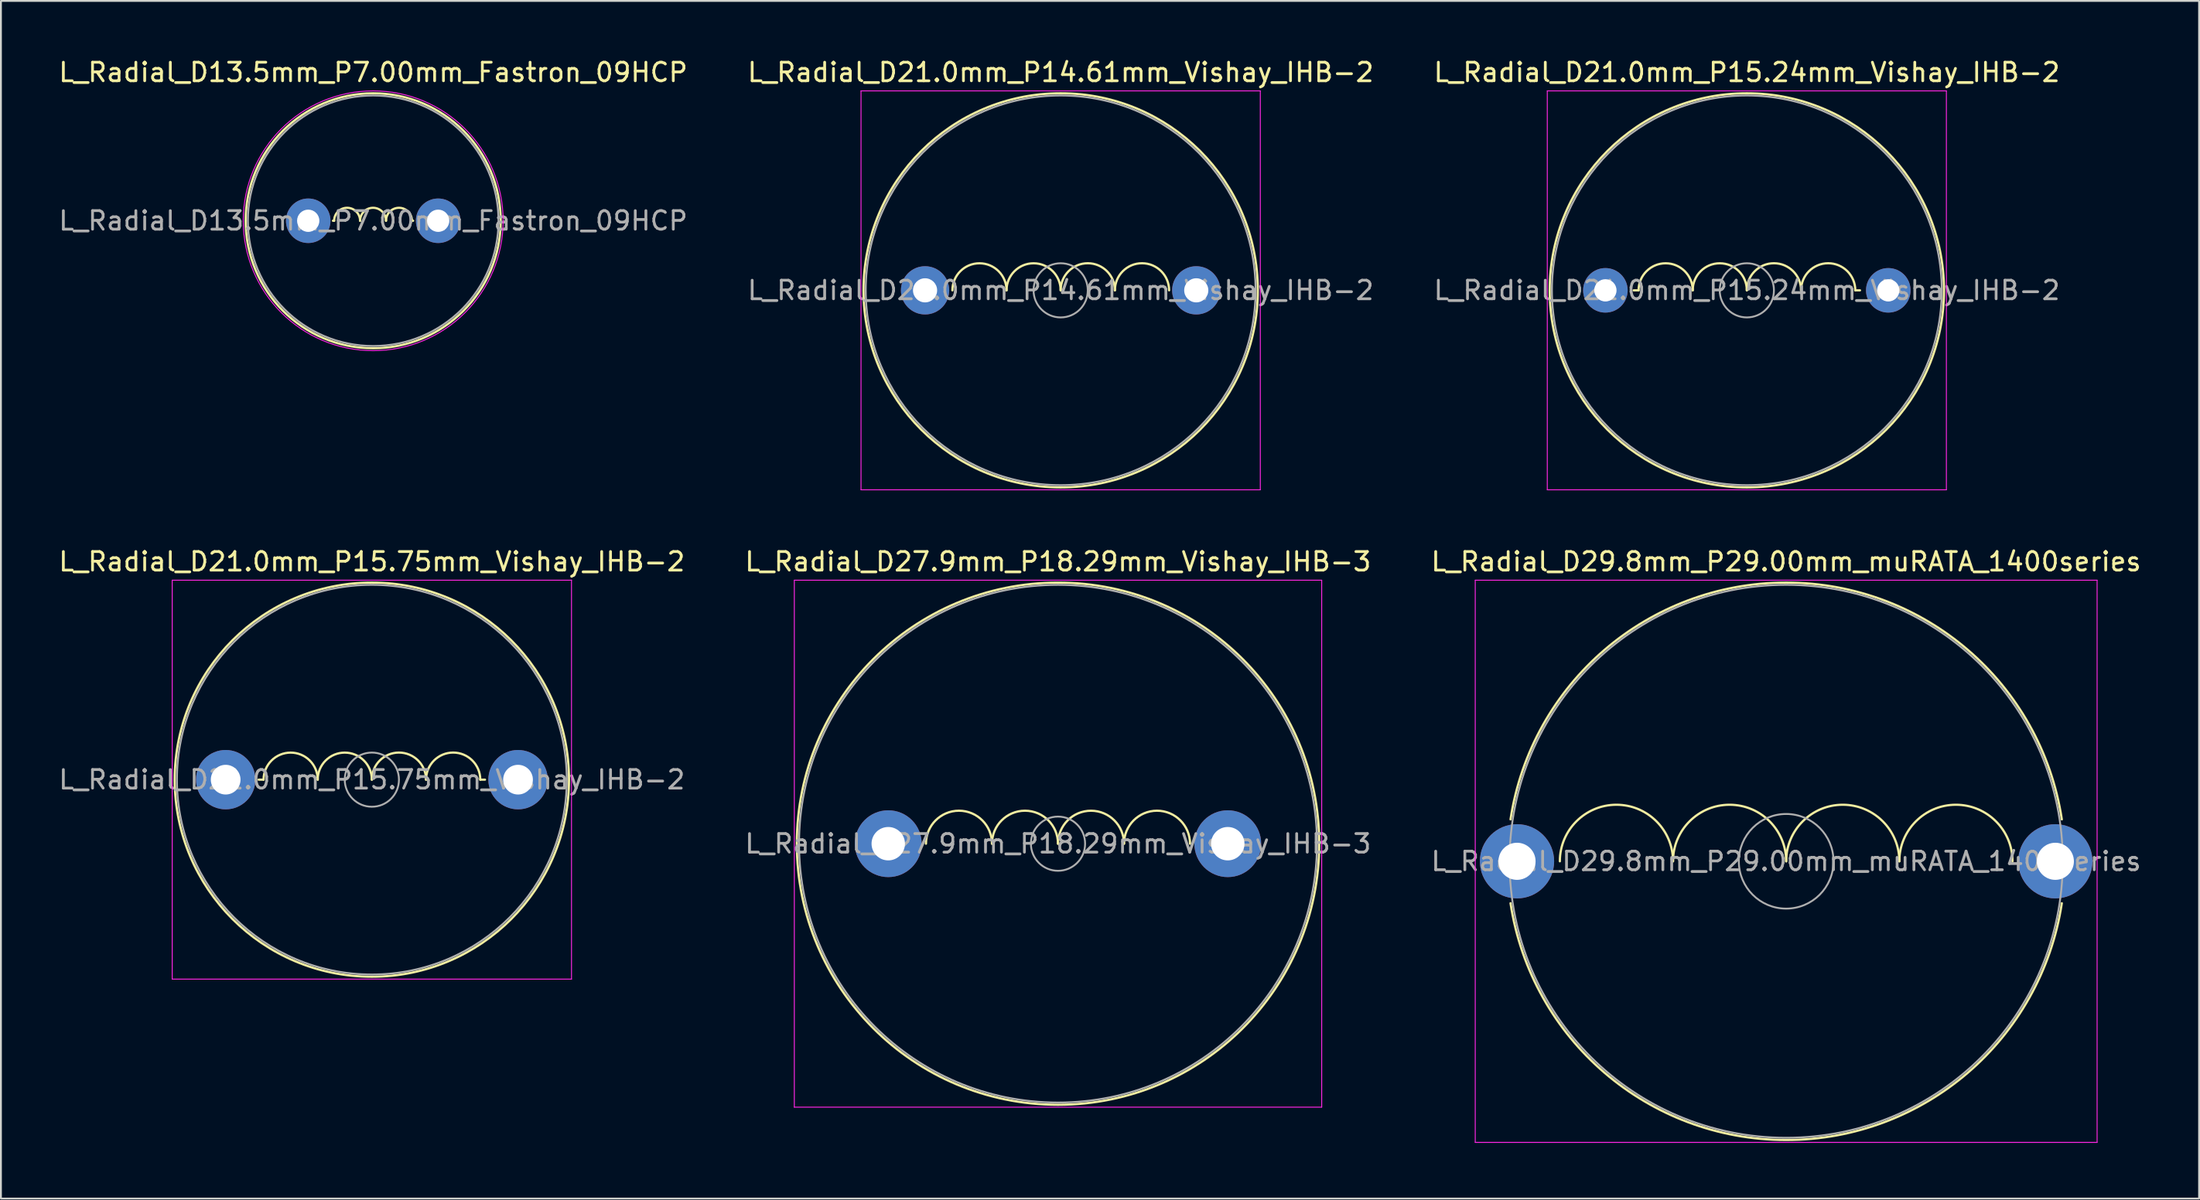
<source format=kicad_pcb>
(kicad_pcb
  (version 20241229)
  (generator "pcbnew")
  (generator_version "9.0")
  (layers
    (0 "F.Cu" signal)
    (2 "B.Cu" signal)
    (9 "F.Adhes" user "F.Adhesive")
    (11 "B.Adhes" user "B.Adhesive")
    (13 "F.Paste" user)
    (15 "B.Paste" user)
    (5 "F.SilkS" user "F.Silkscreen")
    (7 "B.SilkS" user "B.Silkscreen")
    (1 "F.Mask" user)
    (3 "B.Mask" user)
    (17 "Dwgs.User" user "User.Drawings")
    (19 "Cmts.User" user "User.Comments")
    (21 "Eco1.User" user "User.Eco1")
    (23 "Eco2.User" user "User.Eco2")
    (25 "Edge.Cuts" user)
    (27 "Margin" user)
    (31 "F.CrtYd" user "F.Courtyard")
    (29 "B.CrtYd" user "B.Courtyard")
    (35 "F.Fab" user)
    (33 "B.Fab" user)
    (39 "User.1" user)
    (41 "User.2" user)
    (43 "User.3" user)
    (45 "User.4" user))
  (footprint "L_Radial_D29.8mm_P29.00mm_muRATA_1400series"
    (layer "F.Cu")
    (at 78.673 43.371)
    (property "Reference" "L_Radial_D29.8mm_P29.00mm_muRATA_1400series" (at 14.5 -16.15 0) (layer "F.SilkS") (effects (font (size 1 1) (thickness 0.15))))
    (attr through_hole)
    (fp_arc (start -0.349 -2.26) (mid 14.5 -15.02) (end 29.349 -2.26) (stroke (width 0.12) (type solid)) (layer "F.SilkS"))
    (fp_arc (start 2.308 0) (mid 5.356 -3.048) (end 8.404 0) (stroke (width 0.12) (type solid)) (layer "F.SilkS"))
    (fp_arc (start 8.404 0) (mid 11.452 -3.048) (end 14.5 0) (stroke (width 0.12) (type solid)) (layer "F.SilkS"))
    (fp_arc (start 14.5 0) (mid 17.548 -3.048) (end 20.596 0) (stroke (width 0.12) (type solid)) (layer "F.SilkS"))
    (fp_arc (start 20.596 0) (mid 23.644 -3.048) (end 26.692 0) (stroke (width 0.12) (type solid)) (layer "F.SilkS"))
    (fp_arc (start 29.349 2.26) (mid 14.5 15.02) (end -0.349 2.26) (stroke (width 0.12) (type solid)) (layer "F.SilkS"))
    (fp_line (start -2.25 -15.15) (end -2.25 15.15) (stroke (width 0.05) (type solid)) (layer "F.CrtYd"))
    (fp_line (start -2.25 15.15) (end 31.25 15.15) (stroke (width 0.05) (type solid)) (layer "F.CrtYd"))
    (fp_line (start 31.25 -15.15) (end -2.25 -15.15) (stroke (width 0.05) (type solid)) (layer "F.CrtYd"))
    (fp_line (start 31.25 15.15) (end 31.25 -15.15) (stroke (width 0.05) (type solid)) (layer "F.CrtYd"))
    (fp_circle (center 14.5 0) (end 17.05 0) (stroke (width 0.1) (type solid)) (fill no) (layer "F.Fab"))
    (fp_circle (center 14.5 0) (end 29.4 0) (stroke (width 0.1) (type solid)) (fill no) (layer "F.Fab"))
    (fp_text user "${REFERENCE}" (at 14.5 0 0) (layer "F.Fab") (effects (font (size 1 1) (thickness 0.15))))
    (pad "1" thru_hole circle (at 0 0) (size 4 4) (drill 2) (layers "*.Cu" "*.Mask"))
    (pad "2" thru_hole circle (at 29 0) (size 4 4) (drill 2) (layers "*.Cu" "*.Mask")))
  (footprint "L_Radial_D21.0mm_P15.75mm_Vishay_IHB-2"
    (layer "F.Cu")
    (at 9.107 38.971)
    (property "Reference" "L_Radial_D21.0mm_P15.75mm_Vishay_IHB-2" (at 7.875 -11.75 0) (layer "F.SilkS") (effects (font (size 1 1) (thickness 0.15))))
    (attr through_hole)
    (fp_line (start 2.032 0) (end 1.778 0) (stroke (width 0.12) (type solid)) (layer "F.SilkS"))
    (fp_line (start 13.716 0) (end 13.97 0) (stroke (width 0.12) (type solid)) (layer "F.SilkS"))
    (fp_arc (start 2.042 0) (mid 3.5 -1.458) (end 4.958 0) (stroke (width 0.12) (type solid)) (layer "F.SilkS"))
    (fp_arc (start 4.958 0) (mid 6.416 -1.458) (end 7.874 0) (stroke (width 0.12) (type solid)) (layer "F.SilkS"))
    (fp_arc (start 7.874 0) (mid 9.3345 -1.4605) (end 10.795 0) (stroke (width 0.12) (type solid)) (layer "F.SilkS"))
    (fp_arc (start 10.795 0) (mid 12.2555 -1.4605) (end 13.716 0) (stroke (width 0.12) (type solid)) (layer "F.SilkS"))
    (fp_circle (center 7.875 0) (end 18.495 0) (stroke (width 0.12) (type solid)) (fill no) (layer "F.SilkS"))
    (fp_line (start -2.88 -10.75) (end -2.88 10.75) (stroke (width 0.05) (type solid)) (layer "F.CrtYd"))
    (fp_line (start -2.88 10.75) (end 18.63 10.75) (stroke (width 0.05) (type solid)) (layer "F.CrtYd"))
    (fp_line (start 18.63 -10.75) (end -2.88 -10.75) (stroke (width 0.05) (type solid)) (layer "F.CrtYd"))
    (fp_line (start 18.63 10.75) (end 18.63 -10.75) (stroke (width 0.05) (type solid)) (layer "F.CrtYd"))
    (fp_circle (center 7.875 0) (end 9.335 0) (stroke (width 0.1) (type solid)) (fill no) (layer "F.Fab"))
    (fp_circle (center 7.875 0) (end 18.375 0) (stroke (width 0.1) (type solid)) (fill no) (layer "F.Fab"))
    (fp_text user "${REFERENCE}" (at 7.875 0 0) (layer "F.Fab") (effects (font (size 1 1) (thickness 0.15))))
    (pad "1" thru_hole circle (at 0 0) (size 3.2 3.2) (drill 1.6) (layers "*.Cu" "*.Mask"))
    (pad "2" thru_hole circle (at 15.75 0) (size 3.2 3.2) (drill 1.6) (layers "*.Cu" "*.Mask")))
  (footprint "L_Radial_D21.0mm_P15.24mm_Vishay_IHB-2"
    (layer "F.Cu")
    (at 83.434 12.598)
    (property "Reference" "L_Radial_D21.0mm_P15.24mm_Vishay_IHB-2" (at 7.62 -11.75 0) (layer "F.SilkS") (effects (font (size 1 1) (thickness 0.15))))
    (attr through_hole)
    (fp_line (start 1.788 0) (end 1.524 0) (stroke (width 0.12) (type solid)) (layer "F.SilkS"))
    (fp_line (start 13.462 0) (end 13.716 0) (stroke (width 0.12) (type solid)) (layer "F.SilkS"))
    (fp_arc (start 1.788 0) (mid 3.246 -1.458) (end 4.704 0) (stroke (width 0.12) (type solid)) (layer "F.SilkS"))
    (fp_arc (start 4.704 0) (mid 6.162 -1.458) (end 7.62 0) (stroke (width 0.12) (type solid)) (layer "F.SilkS"))
    (fp_arc (start 7.62 0) (mid 9.0805 -1.4605) (end 10.541 0) (stroke (width 0.12) (type solid)) (layer "F.SilkS"))
    (fp_arc (start 10.541 0) (mid 12.0015 -1.4605) (end 13.462 0) (stroke (width 0.12) (type solid)) (layer "F.SilkS"))
    (fp_circle (center 7.62 0) (end 18.24 0) (stroke (width 0.12) (type solid)) (fill no) (layer "F.SilkS"))
    (fp_line (start -3.13 -10.75) (end -3.13 10.75) (stroke (width 0.05) (type solid)) (layer "F.CrtYd"))
    (fp_line (start -3.13 10.75) (end 18.37 10.75) (stroke (width 0.05) (type solid)) (layer "F.CrtYd"))
    (fp_line (start 18.37 -10.75) (end -3.13 -10.75) (stroke (width 0.05) (type solid)) (layer "F.CrtYd"))
    (fp_line (start 18.37 10.75) (end 18.37 -10.75) (stroke (width 0.05) (type solid)) (layer "F.CrtYd"))
    (fp_circle (center 7.62 0) (end 9.08 0) (stroke (width 0.1) (type solid)) (fill no) (layer "F.Fab"))
    (fp_circle (center 7.62 0) (end 18.12 0) (stroke (width 0.1) (type solid)) (fill no) (layer "F.Fab"))
    (fp_text user "${REFERENCE}" (at 7.62 0 0) (layer "F.Fab") (effects (font (size 1 1) (thickness 0.15))))
    (pad "1" thru_hole circle (at 0 0) (size 2.4 2.4) (drill 1.2) (layers "*.Cu" "*.Mask"))
    (pad "2" thru_hole circle (at 15.24 0) (size 2.4 2.4) (drill 1.2) (layers "*.Cu" "*.Mask")))
  (footprint "L_Radial_D27.9mm_P18.29mm_Vishay_IHB-3"
    (layer "F.Cu")
    (at 44.801 42.422)
    (property "Reference" "L_Radial_D27.9mm_P18.29mm_Vishay_IHB-3" (at 9.145 -15.2 0) (layer "F.SilkS") (effects (font (size 1 1) (thickness 0.15))))
    (attr through_hole)
    (fp_arc (start 2.032 0) (mid 3.81 -1.778) (end 5.588 0) (stroke (width 0.12) (type solid)) (layer "F.SilkS"))
    (fp_arc (start 5.588 0) (mid 7.366 -1.778) (end 9.144 0) (stroke (width 0.12) (type solid)) (layer "F.SilkS"))
    (fp_arc (start 9.145 0) (mid 10.922 -1.777) (end 12.699 0) (stroke (width 0.12) (type solid)) (layer "F.SilkS"))
    (fp_arc (start 12.7 0) (mid 14.478 -1.778) (end 16.256 0) (stroke (width 0.12) (type solid)) (layer "F.SilkS"))
    (fp_circle (center 9.145 0) (end 23.215 0) (stroke (width 0.12) (type solid)) (fill no) (layer "F.SilkS"))
    (fp_line (start -5.06 -14.2) (end -5.06 14.2) (stroke (width 0.05) (type solid)) (layer "F.CrtYd"))
    (fp_line (start -5.06 14.2) (end 23.35 14.2) (stroke (width 0.05) (type solid)) (layer "F.CrtYd"))
    (fp_line (start 23.35 -14.2) (end -5.06 -14.2) (stroke (width 0.05) (type solid)) (layer "F.CrtYd"))
    (fp_line (start 23.35 14.2) (end 23.35 -14.2) (stroke (width 0.05) (type solid)) (layer "F.CrtYd"))
    (fp_circle (center 9.145 0) (end 10.605 0) (stroke (width 0.1) (type solid)) (fill no) (layer "F.Fab"))
    (fp_circle (center 9.145 0) (end 23.095 0) (stroke (width 0.1) (type solid)) (fill no) (layer "F.Fab"))
    (fp_text user "${REFERENCE}" (at 9.145 0 0) (layer "F.Fab") (effects (font (size 1 1) (thickness 0.15))))
    (pad "1" thru_hole circle (at 0 0) (size 3.6 3.6) (drill 1.8) (layers "*.Cu" "*.Mask"))
    (pad "2" thru_hole circle (at 18.29 0) (size 3.6 3.6) (drill 1.8) (layers "*.Cu" "*.Mask")))
  (footprint "L_Radial_D13.5mm_P7.00mm_Fastron_09HCP"
    (layer "F.Cu")
    (at 13.554 8.848)
    (property "Reference" "L_Radial_D13.5mm_P7.00mm_Fastron_09HCP" (at 3.5 -8 0) (layer "F.SilkS") (effects (font (size 1 1) (thickness 0.15))))
    (attr through_hole)
    (fp_line (start 1.397 0) (end 1.333 0) (stroke (width 0.12) (type solid)) (layer "F.SilkS"))
    (fp_line (start 5.588 0) (end 5.652 0) (stroke (width 0.12) (type solid)) (layer "F.SilkS"))
    (fp_arc (start 1.397 0) (mid 2.0955 -0.6985) (end 2.794 0) (stroke (width 0.12) (type solid)) (layer "F.SilkS"))
    (fp_arc (start 2.794 0) (mid 3.4925 -0.6985) (end 4.191 0) (stroke (width 0.12) (type solid)) (layer "F.SilkS"))
    (fp_arc (start 4.191 0) (mid 4.8895 -0.6985) (end 5.588 0) (stroke (width 0.12) (type solid)) (layer "F.SilkS"))
    (fp_circle (center 3.5 0) (end 10.37 0) (stroke (width 0.12) (type solid)) (fill no) (layer "F.SilkS"))
    (fp_circle (center 3.5 0) (end 10.5 0) (stroke (width 0.05) (type solid)) (fill no) (layer "F.CrtYd"))
    (fp_circle (center 3.5 0) (end 10.25 0) (stroke (width 0.1) (type solid)) (fill no) (layer "F.Fab"))
    (fp_text user "${REFERENCE}" (at 3.5 0 0) (layer "F.Fab") (effects (font (size 1 1) (thickness 0.15))))
    (pad "1" thru_hole circle (at 0 0) (size 2.4 2.4) (drill 1.2) (layers "*.Cu" "*.Mask"))
    (pad "2" thru_hole circle (at 7 0) (size 2.4 2.4) (drill 1.2) (layers "*.Cu" "*.Mask")))
  (footprint "L_Radial_D21.0mm_P14.61mm_Vishay_IHB-2"
    (layer "F.Cu")
    (at 46.784 12.598)
    (property "Reference" "L_Radial_D21.0mm_P14.61mm_Vishay_IHB-2" (at 7.305 -11.75 0) (layer "F.SilkS") (effects (font (size 1 1) (thickness 0.15))))
    (attr through_hole)
    (fp_arc (start 1.473 0) (mid 2.931 -1.458) (end 4.389 0) (stroke (width 0.12) (type solid)) (layer "F.SilkS"))
    (fp_arc (start 4.389 0) (mid 5.847 -1.458) (end 7.305 0) (stroke (width 0.12) (type solid)) (layer "F.SilkS"))
    (fp_arc (start 7.305 0) (mid 8.7655 -1.4605) (end 10.226 0) (stroke (width 0.12) (type solid)) (layer "F.SilkS"))
    (fp_arc (start 10.226 0) (mid 11.6865 -1.4605) (end 13.147 0) (stroke (width 0.12) (type solid)) (layer "F.SilkS"))
    (fp_circle (center 7.305 0) (end 17.925 0) (stroke (width 0.12) (type solid)) (fill no) (layer "F.SilkS"))
    (fp_line (start -3.45 -10.75) (end -3.45 10.75) (stroke (width 0.05) (type solid)) (layer "F.CrtYd"))
    (fp_line (start -3.45 10.75) (end 18.06 10.75) (stroke (width 0.05) (type solid)) (layer "F.CrtYd"))
    (fp_line (start 18.06 -10.75) (end -3.45 -10.75) (stroke (width 0.05) (type solid)) (layer "F.CrtYd"))
    (fp_line (start 18.06 10.75) (end 18.06 -10.75) (stroke (width 0.05) (type solid)) (layer "F.CrtYd"))
    (fp_circle (center 7.305 0) (end 8.765 0) (stroke (width 0.1) (type solid)) (fill no) (layer "F.Fab"))
    (fp_circle (center 7.305 0) (end 17.805 0) (stroke (width 0.1) (type solid)) (fill no) (layer "F.Fab"))
    (fp_text user "${REFERENCE}" (at 7.305 0 0) (layer "F.Fab") (effects (font (size 1 1) (thickness 0.15))))
    (pad "1" thru_hole circle (at 0 0) (size 2.6 2.6) (drill 1.3) (layers "*.Cu" "*.Mask"))
    (pad "2" thru_hole circle (at 14.61 0) (size 2.6 2.6) (drill 1.3) (layers "*.Cu" "*.Mask")))
  (gr_rect
    (start -3 -3)
    (end 115.417 61.547)
    (stroke (width 0.1) (type default))
    (fill no)
    (layer "Edge.Cuts")))
</source>
